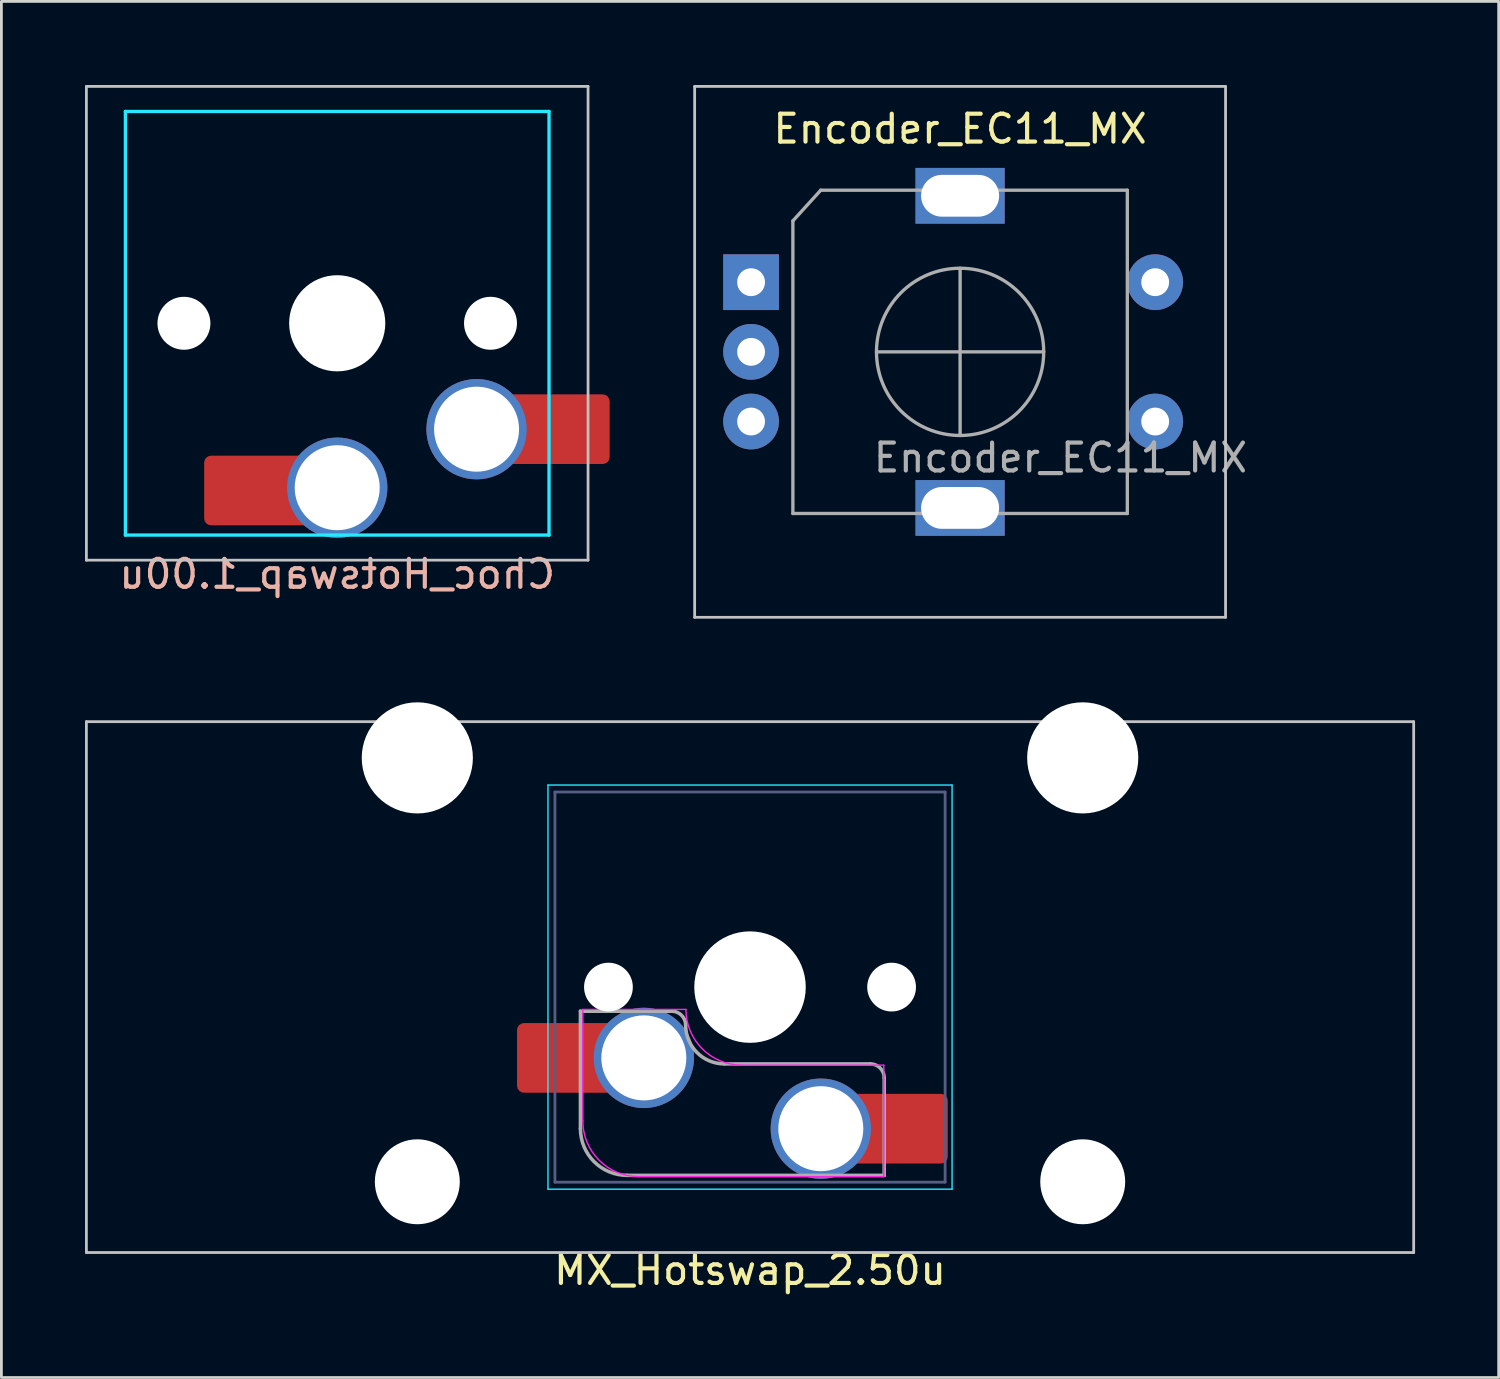
<source format=kicad_pcb>
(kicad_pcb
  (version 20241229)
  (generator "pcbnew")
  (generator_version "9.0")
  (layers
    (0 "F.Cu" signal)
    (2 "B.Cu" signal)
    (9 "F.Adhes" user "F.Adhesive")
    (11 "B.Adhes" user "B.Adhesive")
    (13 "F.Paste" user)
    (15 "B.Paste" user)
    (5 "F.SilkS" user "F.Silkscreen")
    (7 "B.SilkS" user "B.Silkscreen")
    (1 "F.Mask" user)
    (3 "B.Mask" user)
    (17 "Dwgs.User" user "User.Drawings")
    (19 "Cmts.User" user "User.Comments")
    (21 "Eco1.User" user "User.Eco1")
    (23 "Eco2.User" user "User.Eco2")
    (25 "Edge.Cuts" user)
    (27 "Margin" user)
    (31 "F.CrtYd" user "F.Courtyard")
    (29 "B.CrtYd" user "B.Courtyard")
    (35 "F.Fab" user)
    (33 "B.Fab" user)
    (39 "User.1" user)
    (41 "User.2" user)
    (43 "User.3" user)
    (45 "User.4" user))
  (footprint "Encoder_EC11_MX"
    (layer "F.Cu")
    (at 31.4 9.575)
    (property "Reference" "Encoder_EC11_MX" (at 0 -8 0) (layer "F.SilkS") (effects (font (size 1 1) (thickness 0.15))))
    (attr through_hole)
    (fp_line (start -9.525 -9.525) (end -9.525 9.525) (stroke (width 0.1) (type solid)) (layer "Dwgs.User"))
    (fp_line (start -9.525 9.525) (end 9.525 9.525) (stroke (width 0.1) (type solid)) (layer "Dwgs.User"))
    (fp_line (start 9.525 -9.525) (end -9.525 -9.525) (stroke (width 0.1) (type solid)) (layer "Dwgs.User"))
    (fp_line (start 9.525 9.525) (end 9.525 -9.525) (stroke (width 0.1) (type solid)) (layer "Dwgs.User"))
    (fp_line (start -6 -4.7) (end -5 -5.8) (stroke (width 0.12) (type solid)) (layer "F.Fab"))
    (fp_line (start -6 5.8) (end -6 -4.7) (stroke (width 0.12) (type solid)) (layer "F.Fab"))
    (fp_line (start -5 -5.8) (end 6 -5.8) (stroke (width 0.12) (type solid)) (layer "F.Fab"))
    (fp_line (start -3 0) (end 3 0) (stroke (width 0.12) (type solid)) (layer "F.Fab"))
    (fp_line (start 0 -3) (end 0 3) (stroke (width 0.12) (type solid)) (layer "F.Fab"))
    (fp_line (start 6 -5.8) (end 6 5.8) (stroke (width 0.12) (type solid)) (layer "F.Fab"))
    (fp_line (start 6 5.8) (end -6 5.8) (stroke (width 0.12) (type solid)) (layer "F.Fab"))
    (fp_circle (center 0 0) (end 3 0) (stroke (width 0.12) (type solid)) (fill no) (layer "F.Fab"))
    (fp_text user "${REFERENCE}" (at 3.6 3.8 0) (layer "F.Fab") (effects (font (size 1 1) (thickness 0.15))))
    (pad "A" thru_hole rect (at -7.5 -2.5) (size 2 2) (drill 1) (layers "*.Cu" "*.Mask"))
    (pad "B" thru_hole circle (at -7.5 2.5) (size 2 2) (drill 1) (layers "*.Cu" "*.Mask"))
    (pad "C" thru_hole circle (at -7.5 0) (size 2 2) (drill 1) (layers "*.Cu" "*.Mask"))
    (pad "MP" thru_hole rect (at 0 -5.6) (size 3.2 2) (drill oval 2.8 1.5) (layers "*.Cu" "*.Mask"))
    (pad "MP" thru_hole rect (at 0 5.6) (size 3.2 2) (drill oval 2.8 1.5) (layers "*.Cu" "*.Mask"))
    (pad "S1" thru_hole circle (at 7 2.5) (size 2 2) (drill 1) (layers "*.Cu" "*.Mask"))
    (pad "S2" thru_hole circle (at 7 -2.5) (size 2 2) (drill 1) (layers "*.Cu" "*.Mask")))
  (footprint "MX_Hotswap_2.50u"
    (layer "F.Cu")
    (at 23.227 36.179)
    (property "Reference" "MX_Hotswap_2.50u" (at 0.635 6.35 0) (layer "F.SilkS") (effects (font (size 1 1) (thickness 0.15))))
    (attr smd allow_soldermask_bridges)
    (fp_line (start -23.177 -13.335) (end -23.177 5.715) (stroke (width 0.1) (type solid)) (layer "Dwgs.User"))
    (fp_line (start -23.177 5.715) (end 24.448 5.715) (stroke (width 0.1) (type solid)) (layer "Dwgs.User"))
    (fp_line (start 24.448 -13.335) (end -23.177 -13.335) (stroke (width 0.1) (type solid)) (layer "Dwgs.User"))
    (fp_line (start 24.448 5.715) (end 24.448 -13.335) (stroke (width 0.1) (type solid)) (layer "Dwgs.User"))
    (fp_line (start -14.678 -10.58) (end -14.678 1.72) (stroke (width 0.1) (type solid)) (layer "Eco1.User"))
    (fp_line (start -14.678 1.72) (end -7.928 1.72) (stroke (width 0.1) (type solid)) (layer "Eco1.User"))
    (fp_line (start -7.928 -10.58) (end -14.678 -10.58) (stroke (width 0.1) (type solid)) (layer "Eco1.User"))
    (fp_line (start -7.928 1.72) (end -7.928 -10.58) (stroke (width 0.1) (type solid)) (layer "Eco1.User"))
    (fp_line (start 9.198 -10.58) (end 9.198 1.72) (stroke (width 0.1) (type solid)) (layer "Eco1.User"))
    (fp_line (start 9.198 1.72) (end 15.948 1.72) (stroke (width 0.1) (type solid)) (layer "Eco1.User"))
    (fp_line (start 15.948 -10.58) (end 9.198 -10.58) (stroke (width 0.1) (type solid)) (layer "Eco1.User"))
    (fp_line (start 15.948 1.72) (end 15.948 -10.58) (stroke (width 0.1) (type solid)) (layer "Eco1.User"))
    (fp_line (start -6.615 -11.06) (end -6.615 3.44) (stroke (width 0.05) (type solid)) (layer "B.CrtYd"))
    (fp_line (start -6.615 3.44) (end 7.885 3.44) (stroke (width 0.05) (type solid)) (layer "B.CrtYd"))
    (fp_line (start 7.885 -11.06) (end -6.615 -11.06) (stroke (width 0.05) (type solid)) (layer "B.CrtYd"))
    (fp_line (start 7.885 3.44) (end 7.885 -11.06) (stroke (width 0.05) (type solid)) (layer "B.CrtYd"))
    (fp_line (start -5.365 0.99) (end -5.365 -3.01) (stroke (width 0.05) (type solid)) (layer "F.CrtYd"))
    (fp_line (start -1.665 -3.01) (end -5.365 -3.01) (stroke (width 0.05) (type solid)) (layer "F.CrtYd"))
    (fp_line (start 5.435 -1.01) (end 0.335 -1.01) (stroke (width 0.05) (type solid)) (layer "F.CrtYd"))
    (fp_line (start 5.435 -1.01) (end 5.435 2.99) (stroke (width 0.05) (type solid)) (layer "F.CrtYd"))
    (fp_line (start 5.435 2.99) (end -3.365 2.99) (stroke (width 0.05) (type solid)) (layer "F.CrtYd"))
    (fp_arc (start -3.365 2.99) (mid -4.779214 2.404214) (end -5.365 0.99) (stroke (width 0.05) (type solid)) (layer "F.CrtYd"))
    (fp_arc (start 0.335 -1.01) (mid -1.079214 -1.595786) (end -1.665 -3.01) (stroke (width 0.05) (type solid)) (layer "F.CrtYd"))
    (fp_line (start -6.365 -10.81) (end -6.365 3.19) (stroke (width 0.1) (type solid)) (layer "B.Fab"))
    (fp_line (start -6.365 3.19) (end 7.635 3.19) (stroke (width 0.1) (type solid)) (layer "B.Fab"))
    (fp_line (start 7.635 -10.81) (end -6.365 -10.81) (stroke (width 0.1) (type solid)) (layer "B.Fab"))
    (fp_line (start 7.635 3.19) (end 7.635 -10.81) (stroke (width 0.1) (type solid)) (layer "B.Fab"))
    (fp_line (start -5.45 -2.945) (end -2.175 -2.945) (stroke (width 0.127) (type solid)) (layer "F.Fab"))
    (fp_line (start -5.45 1.27) (end -5.45 -2.945) (stroke (width 0.127) (type solid)) (layer "F.Fab"))
    (fp_line (start -0.285 -1.055) (end 4.95 -1.055) (stroke (width 0.127) (type solid)) (layer "F.Fab"))
    (fp_line (start 5.45 -0.555) (end 5.45 2.945) (stroke (width 0.127) (type solid)) (layer "F.Fab"))
    (fp_line (start 5.45 2.945) (end -3.775 2.945) (stroke (width 0.127) (type solid)) (layer "F.Fab"))
    (fp_arc (start -3.775 2.945) (mid -4.959404 2.454404) (end -5.45 1.27) (stroke (width 0.127) (type solid)) (layer "F.Fab"))
    (fp_arc (start -2.175 -2.945) (mid -1.821447 -2.798553) (end -1.675 -2.445) (stroke (width 0.127) (type solid)) (layer "F.Fab"))
    (fp_arc (start -0.285 -1.055) (mid -1.267878 -1.462122) (end -1.675 -2.445) (stroke (width 0.127) (type solid)) (layer "F.Fab"))
    (fp_arc (start 4.95 -1.055) (mid 5.303553 -0.908553) (end 5.45 -0.555) (stroke (width 0.127) (type solid)) (layer "F.Fab"))
    (pad "" np_thru_hole circle (at -11.303 -12.035 180) (size 3.988 3.988) (drill 3.988) (layers "*.Cu" "*.Mask"))
    (pad "" np_thru_hole circle (at -11.303 3.175 180) (size 3.048 3.048) (drill 3.048) (layers "*.Cu" "*.Mask"))
    (pad "" smd roundrect (at -6.45 -1.27 180) (size 2.55 2.5) (layers "F.Mask" "F.Paste") (roundrect_rratio 0.1))
    (pad "" np_thru_hole circle (at -4.445 -3.81 180) (size 1.75 1.75) (drill 1.75) (layers "*.Cu" "*.Mask"))
    (pad "" np_thru_hole circle (at 0.635 -3.81 180) (size 4 4) (drill 4) (layers "*.Cu" "*.Mask"))
    (pad "" np_thru_hole circle (at 5.715 -3.81 180) (size 1.75 1.75) (drill 1.75) (layers "*.Cu" "*.Mask"))
    (pad "" smd roundrect (at 6.477 1.27 180) (size 2.55 2.5) (layers "F.Mask" "F.Paste") (roundrect_rratio 0.1))
    (pad "" np_thru_hole circle (at 12.573 -12.035 180) (size 3.988 3.988) (drill 3.988) (layers "*.Cu" "*.Mask"))
    (pad "" np_thru_hole circle (at 12.573 3.175 180) (size 3.048 3.048) (drill 3.048) (layers "*.Cu" "*.Mask"))
    (pad "1" smd roundrect (at -5.95 -1.27 180) (size 3.55 2.5) (layers "F.Cu") (roundrect_rratio 0.1))
    (pad "1" thru_hole circle (at -3.175 -1.27 180) (size 3.6 3.6) (drill 3.05) (layers "*.Cu" "*.Mask"))
    (pad "2" thru_hole circle (at 3.175 1.27 180) (size 3.6 3.6) (drill 3.05) (layers "*.Cu" "*.Mask"))
    (pad "2" smd roundrect (at 5.955 1.27 180) (size 3.55 2.5) (layers "F.Cu") (roundrect_rratio 0.1)))
  (footprint "Choc_Hotswap_1.00u"
    (layer "F.Cu")
    (at 11.55 13.4)
    (property "Reference" "Choc_Hotswap_1.00u" (at -2.5 4.15 180) (layer "B.SilkS") (effects (font (size 1 1) (thickness 0.15)) (justify mirror)))
    (attr smd allow_soldermask_bridges)
    (fp_line (start -11.5 -13.35) (end -11.5 3.65) (stroke (width 0.1) (type solid)) (layer "Dwgs.User"))
    (fp_line (start -11.5 3.65) (end 6.5 3.65) (stroke (width 0.1) (type solid)) (layer "Dwgs.User"))
    (fp_line (start 6.5 -13.35) (end -11.5 -13.35) (stroke (width 0.1) (type solid)) (layer "Dwgs.User"))
    (fp_line (start 6.5 3.65) (end 6.5 -13.35) (stroke (width 0.1) (type solid)) (layer "Dwgs.User"))
    (fp_line (start -10.1 -12.45) (end -10.1 2.75) (stroke (width 0.12) (type solid)) (layer "B.CrtYd"))
    (fp_line (start -10.1 2.75) (end 5.1 2.75) (stroke (width 0.12) (type solid)) (layer "B.CrtYd"))
    (fp_line (start 5.1 -12.45) (end -10.1 -12.45) (stroke (width 0.12) (type solid)) (layer "B.CrtYd"))
    (fp_line (start 5.1 2.75) (end 5.1 -12.45) (stroke (width 0.12) (type solid)) (layer "B.CrtYd"))
    (pad "" np_thru_hole circle (at -8 -4.85 180) (size 1.9 1.9) (drill 1.9) (layers "*.Cu" "*.Mask"))
    (pad "" smd roundrect (at -6 1.15 180) (size 2.55 2.5) (layers "F.Mask" "F.Paste") (roundrect_rratio 0.1))
    (pad "" np_thru_hole circle (at -2.5 -4.85 180) (size 3.45 3.45) (drill 3.45) (layers "*.Cu" "*.Mask"))
    (pad "" np_thru_hole circle (at 3 -4.85 180) (size 1.9 1.9) (drill 1.9) (layers "*.Cu" "*.Mask"))
    (pad "" smd roundrect (at 6 -1.05 180) (size 2.55 2.5) (layers "F.Mask" "F.Paste") (roundrect_rratio 0.1))
    (pad "1" smd roundrect (at -5.35 1.15 180) (size 3.85 2.5) (layers "F.Cu") (roundrect_rratio 0.1))
    (pad "1" thru_hole circle (at -2.5 1.05 180) (size 3.6 3.6) (drill 3.05) (layers "*.Cu" "*.Mask"))
    (pad "2" thru_hole circle (at 2.5 -1.05 180) (size 3.6 3.6) (drill 3.05) (layers "*.Cu" "*.Mask"))
    (pad "2" smd roundrect (at 5.35 -1.05 180) (size 3.85 2.5) (layers "F.Cu") (roundrect_rratio 0.1)))
  (gr_rect
    (start -3 -3)
    (end 50.725 46.377)
    (stroke (width 0.1) (type default))
    (fill no)
    (layer "Edge.Cuts")))
</source>
